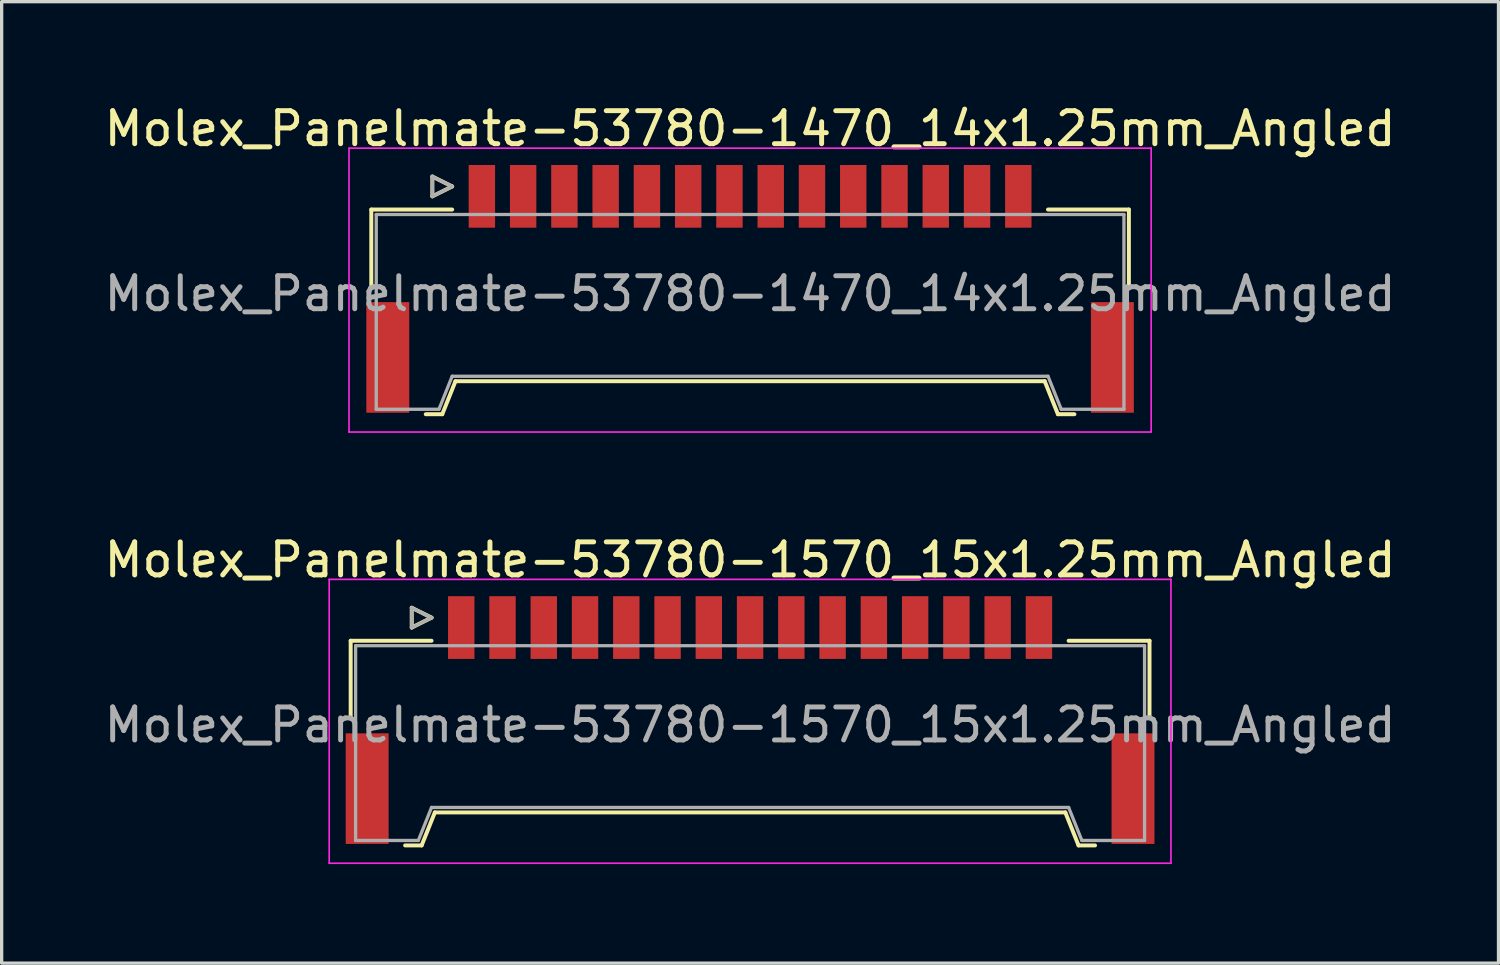
<source format=kicad_pcb>
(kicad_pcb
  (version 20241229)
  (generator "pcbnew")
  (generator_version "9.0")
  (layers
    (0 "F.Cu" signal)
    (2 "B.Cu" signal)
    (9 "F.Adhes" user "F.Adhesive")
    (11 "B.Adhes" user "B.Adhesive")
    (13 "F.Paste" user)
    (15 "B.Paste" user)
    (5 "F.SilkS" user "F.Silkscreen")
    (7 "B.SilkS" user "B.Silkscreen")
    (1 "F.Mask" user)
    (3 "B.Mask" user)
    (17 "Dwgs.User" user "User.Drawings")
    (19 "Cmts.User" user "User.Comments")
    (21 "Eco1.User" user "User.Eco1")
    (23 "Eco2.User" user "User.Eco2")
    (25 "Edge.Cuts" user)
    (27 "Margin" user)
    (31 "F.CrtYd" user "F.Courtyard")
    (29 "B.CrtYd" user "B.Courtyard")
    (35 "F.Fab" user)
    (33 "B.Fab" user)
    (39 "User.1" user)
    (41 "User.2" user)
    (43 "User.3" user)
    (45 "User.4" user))
  (footprint "Molex_Panelmate-53780-1470_14x1.25mm_Angled"
    (layer "F.Cu")
    (at 19.673 5.338)
    (property "Reference" "Molex_Panelmate-53780-1470_14x1.25mm_Angled" (at 0 -4.49 0) (layer "F.SilkS") (effects (font (size 1 1) (thickness 0.15))))
    (attr smd)
    (fp_line (start -11.475 -2.04) (end -11.475 0.265) (stroke (width 0.12) (type solid)) (layer "F.SilkS"))
    (fp_line (start -9.825 4.16) (end -9.325 4.16) (stroke (width 0.12) (type solid)) (layer "F.SilkS"))
    (fp_line (start -9.625 -3.04) (end -9.625 -2.44) (stroke (width 0.12) (type solid)) (layer "F.SilkS"))
    (fp_line (start -9.625 -2.44) (end -9.025 -2.74) (stroke (width 0.12) (type solid)) (layer "F.SilkS"))
    (fp_line (start -9.325 4.16) (end -8.925 3.16) (stroke (width 0.12) (type solid)) (layer "F.SilkS"))
    (fp_line (start -9.025 -2.74) (end -9.625 -3.04) (stroke (width 0.12) (type solid)) (layer "F.SilkS"))
    (fp_line (start -9.025 -2.04) (end -11.475 -2.04) (stroke (width 0.12) (type solid)) (layer "F.SilkS"))
    (fp_line (start -8.925 3.16) (end 8.925 3.16) (stroke (width 0.12) (type solid)) (layer "F.SilkS"))
    (fp_line (start 8.925 3.16) (end 9.325 4.16) (stroke (width 0.12) (type solid)) (layer "F.SilkS"))
    (fp_line (start 9.025 -2.04) (end 11.475 -2.04) (stroke (width 0.12) (type solid)) (layer "F.SilkS"))
    (fp_line (start 9.325 4.16) (end 9.825 4.16) (stroke (width 0.12) (type solid)) (layer "F.SilkS"))
    (fp_line (start 11.475 -2.04) (end 11.475 0.265) (stroke (width 0.12) (type solid)) (layer "F.SilkS"))
    (fp_line (start -12.15 -3.9) (end -12.15 4.7) (stroke (width 0.05) (type solid)) (layer "F.CrtYd"))
    (fp_line (start -12.15 4.7) (end 12.15 4.7) (stroke (width 0.05) (type solid)) (layer "F.CrtYd"))
    (fp_line (start 12.15 -3.9) (end -12.15 -3.9) (stroke (width 0.05) (type solid)) (layer "F.CrtYd"))
    (fp_line (start 12.15 4.7) (end 12.15 -3.9) (stroke (width 0.05) (type solid)) (layer "F.CrtYd"))
    (fp_line (start -11.325 -1.89) (end -11.325 4.01) (stroke (width 0.1) (type solid)) (layer "F.Fab"))
    (fp_line (start -11.325 4.01) (end -9.425 4.01) (stroke (width 0.1) (type solid)) (layer "F.Fab"))
    (fp_line (start -9.625 -3.04) (end -9.625 -2.44) (stroke (width 0.1) (type solid)) (layer "F.Fab"))
    (fp_line (start -9.625 -2.44) (end -9.025 -2.74) (stroke (width 0.1) (type solid)) (layer "F.Fab"))
    (fp_line (start -9.425 4.01) (end -9.025 3.01) (stroke (width 0.1) (type solid)) (layer "F.Fab"))
    (fp_line (start -9.025 -2.74) (end -9.625 -3.04) (stroke (width 0.1) (type solid)) (layer "F.Fab"))
    (fp_line (start -9.025 3.01) (end 9.025 3.01) (stroke (width 0.1) (type solid)) (layer "F.Fab"))
    (fp_line (start 9.025 3.01) (end 9.425 4.01) (stroke (width 0.1) (type solid)) (layer "F.Fab"))
    (fp_line (start 9.425 4.01) (end 11.325 4.01) (stroke (width 0.1) (type solid)) (layer "F.Fab"))
    (fp_line (start 11.325 -1.89) (end -11.325 -1.89) (stroke (width 0.1) (type solid)) (layer "F.Fab"))
    (fp_line (start 11.325 4.01) (end 11.325 -1.89) (stroke (width 0.1) (type solid)) (layer "F.Fab"))
    (fp_text user "${REFERENCE}" (at 0 0.51 0) (layer "F.Fab") (effects (font (size 1 1) (thickness 0.15))))
    (pad "" smd rect (at -10.975 2.44) (size 1.3 3.35) (layers "F.Cu" "F.Mask" "F.Paste"))
    (pad "" smd rect (at 10.975 2.44) (size 1.3 3.35) (layers "F.Cu" "F.Mask" "F.Paste"))
    (pad "1" smd rect (at -8.125 -2.44) (size 0.8 1.9) (layers "F.Cu" "F.Mask" "F.Paste"))
    (pad "2" smd rect (at -6.875 -2.44) (size 0.8 1.9) (layers "F.Cu" "F.Mask" "F.Paste"))
    (pad "3" smd rect (at -5.625 -2.44) (size 0.8 1.9) (layers "F.Cu" "F.Mask" "F.Paste"))
    (pad "4" smd rect (at -4.375 -2.44) (size 0.8 1.9) (layers "F.Cu" "F.Mask" "F.Paste"))
    (pad "5" smd rect (at -3.125 -2.44) (size 0.8 1.9) (layers "F.Cu" "F.Mask" "F.Paste"))
    (pad "6" smd rect (at -1.875 -2.44) (size 0.8 1.9) (layers "F.Cu" "F.Mask" "F.Paste"))
    (pad "7" smd rect (at -0.625 -2.44) (size 0.8 1.9) (layers "F.Cu" "F.Mask" "F.Paste"))
    (pad "8" smd rect (at 0.625 -2.44) (size 0.8 1.9) (layers "F.Cu" "F.Mask" "F.Paste"))
    (pad "9" smd rect (at 1.875 -2.44) (size 0.8 1.9) (layers "F.Cu" "F.Mask" "F.Paste"))
    (pad "10" smd rect (at 3.125 -2.44) (size 0.8 1.9) (layers "F.Cu" "F.Mask" "F.Paste"))
    (pad "11" smd rect (at 4.375 -2.44) (size 0.8 1.9) (layers "F.Cu" "F.Mask" "F.Paste"))
    (pad "12" smd rect (at 5.625 -2.44) (size 0.8 1.9) (layers "F.Cu" "F.Mask" "F.Paste"))
    (pad "13" smd rect (at 6.875 -2.44) (size 0.8 1.9) (layers "F.Cu" "F.Mask" "F.Paste"))
    (pad "14" smd rect (at 8.125 -2.44) (size 0.8 1.9) (layers "F.Cu" "F.Mask" "F.Paste")))
  (footprint "Molex_Panelmate-53780-1570_15x1.25mm_Angled"
    (layer "F.Cu")
    (at 19.673 18.401)
    (property "Reference" "Molex_Panelmate-53780-1570_15x1.25mm_Angled" (at 0 -4.49 0) (layer "F.SilkS") (effects (font (size 1 1) (thickness 0.15))))
    (attr smd)
    (fp_line (start -12.1 -2.04) (end -12.1 0.265) (stroke (width 0.12) (type solid)) (layer "F.SilkS"))
    (fp_line (start -10.45 4.16) (end -9.95 4.16) (stroke (width 0.12) (type solid)) (layer "F.SilkS"))
    (fp_line (start -10.25 -3.04) (end -10.25 -2.44) (stroke (width 0.12) (type solid)) (layer "F.SilkS"))
    (fp_line (start -10.25 -2.44) (end -9.65 -2.74) (stroke (width 0.12) (type solid)) (layer "F.SilkS"))
    (fp_line (start -9.95 4.16) (end -9.55 3.16) (stroke (width 0.12) (type solid)) (layer "F.SilkS"))
    (fp_line (start -9.65 -2.74) (end -10.25 -3.04) (stroke (width 0.12) (type solid)) (layer "F.SilkS"))
    (fp_line (start -9.65 -2.04) (end -12.1 -2.04) (stroke (width 0.12) (type solid)) (layer "F.SilkS"))
    (fp_line (start -9.55 3.16) (end 9.55 3.16) (stroke (width 0.12) (type solid)) (layer "F.SilkS"))
    (fp_line (start 9.55 3.16) (end 9.95 4.16) (stroke (width 0.12) (type solid)) (layer "F.SilkS"))
    (fp_line (start 9.65 -2.04) (end 12.1 -2.04) (stroke (width 0.12) (type solid)) (layer "F.SilkS"))
    (fp_line (start 9.95 4.16) (end 10.45 4.16) (stroke (width 0.12) (type solid)) (layer "F.SilkS"))
    (fp_line (start 12.1 -2.04) (end 12.1 0.265) (stroke (width 0.12) (type solid)) (layer "F.SilkS"))
    (fp_line (start -12.75 -3.9) (end -12.75 4.7) (stroke (width 0.05) (type solid)) (layer "F.CrtYd"))
    (fp_line (start -12.75 4.7) (end 12.75 4.7) (stroke (width 0.05) (type solid)) (layer "F.CrtYd"))
    (fp_line (start 12.75 -3.9) (end -12.75 -3.9) (stroke (width 0.05) (type solid)) (layer "F.CrtYd"))
    (fp_line (start 12.75 4.7) (end 12.75 -3.9) (stroke (width 0.05) (type solid)) (layer "F.CrtYd"))
    (fp_line (start -11.95 -1.89) (end -11.95 4.01) (stroke (width 0.1) (type solid)) (layer "F.Fab"))
    (fp_line (start -11.95 4.01) (end -10.05 4.01) (stroke (width 0.1) (type solid)) (layer "F.Fab"))
    (fp_line (start -10.25 -3.04) (end -10.25 -2.44) (stroke (width 0.1) (type solid)) (layer "F.Fab"))
    (fp_line (start -10.25 -2.44) (end -9.65 -2.74) (stroke (width 0.1) (type solid)) (layer "F.Fab"))
    (fp_line (start -10.05 4.01) (end -9.65 3.01) (stroke (width 0.1) (type solid)) (layer "F.Fab"))
    (fp_line (start -9.65 -2.74) (end -10.25 -3.04) (stroke (width 0.1) (type solid)) (layer "F.Fab"))
    (fp_line (start -9.65 3.01) (end 9.65 3.01) (stroke (width 0.1) (type solid)) (layer "F.Fab"))
    (fp_line (start 9.65 3.01) (end 10.05 4.01) (stroke (width 0.1) (type solid)) (layer "F.Fab"))
    (fp_line (start 10.05 4.01) (end 11.95 4.01) (stroke (width 0.1) (type solid)) (layer "F.Fab"))
    (fp_line (start 11.95 -1.89) (end -11.95 -1.89) (stroke (width 0.1) (type solid)) (layer "F.Fab"))
    (fp_line (start 11.95 4.01) (end 11.95 -1.89) (stroke (width 0.1) (type solid)) (layer "F.Fab"))
    (fp_text user "${REFERENCE}" (at 0 0.51 0) (layer "F.Fab") (effects (font (size 1 1) (thickness 0.15))))
    (pad "" smd rect (at -11.6 2.44) (size 1.3 3.35) (layers "F.Cu" "F.Mask" "F.Paste"))
    (pad "" smd rect (at 11.6 2.44) (size 1.3 3.35) (layers "F.Cu" "F.Mask" "F.Paste"))
    (pad "1" smd rect (at -8.75 -2.44) (size 0.8 1.9) (layers "F.Cu" "F.Mask" "F.Paste"))
    (pad "2" smd rect (at -7.5 -2.44) (size 0.8 1.9) (layers "F.Cu" "F.Mask" "F.Paste"))
    (pad "3" smd rect (at -6.25 -2.44) (size 0.8 1.9) (layers "F.Cu" "F.Mask" "F.Paste"))
    (pad "4" smd rect (at -5 -2.44) (size 0.8 1.9) (layers "F.Cu" "F.Mask" "F.Paste"))
    (pad "5" smd rect (at -3.75 -2.44) (size 0.8 1.9) (layers "F.Cu" "F.Mask" "F.Paste"))
    (pad "6" smd rect (at -2.5 -2.44) (size 0.8 1.9) (layers "F.Cu" "F.Mask" "F.Paste"))
    (pad "7" smd rect (at -1.25 -2.44) (size 0.8 1.9) (layers "F.Cu" "F.Mask" "F.Paste"))
    (pad "8" smd rect (at 0 -2.44) (size 0.8 1.9) (layers "F.Cu" "F.Mask" "F.Paste"))
    (pad "9" smd rect (at 1.25 -2.44) (size 0.8 1.9) (layers "F.Cu" "F.Mask" "F.Paste"))
    (pad "10" smd rect (at 2.5 -2.44) (size 0.8 1.9) (layers "F.Cu" "F.Mask" "F.Paste"))
    (pad "11" smd rect (at 3.75 -2.44) (size 0.8 1.9) (layers "F.Cu" "F.Mask" "F.Paste"))
    (pad "12" smd rect (at 5 -2.44) (size 0.8 1.9) (layers "F.Cu" "F.Mask" "F.Paste"))
    (pad "13" smd rect (at 6.25 -2.44) (size 0.8 1.9) (layers "F.Cu" "F.Mask" "F.Paste"))
    (pad "14" smd rect (at 7.5 -2.44) (size 0.8 1.9) (layers "F.Cu" "F.Mask" "F.Paste"))
    (pad "15" smd rect (at 8.75 -2.44) (size 0.8 1.9) (layers "F.Cu" "F.Mask" "F.Paste")))
  (gr_rect
    (start -3 -3)
    (end 42.345 26.127)
    (stroke (width 0.1) (type default))
    (fill no)
    (layer "Edge.Cuts")))
</source>
